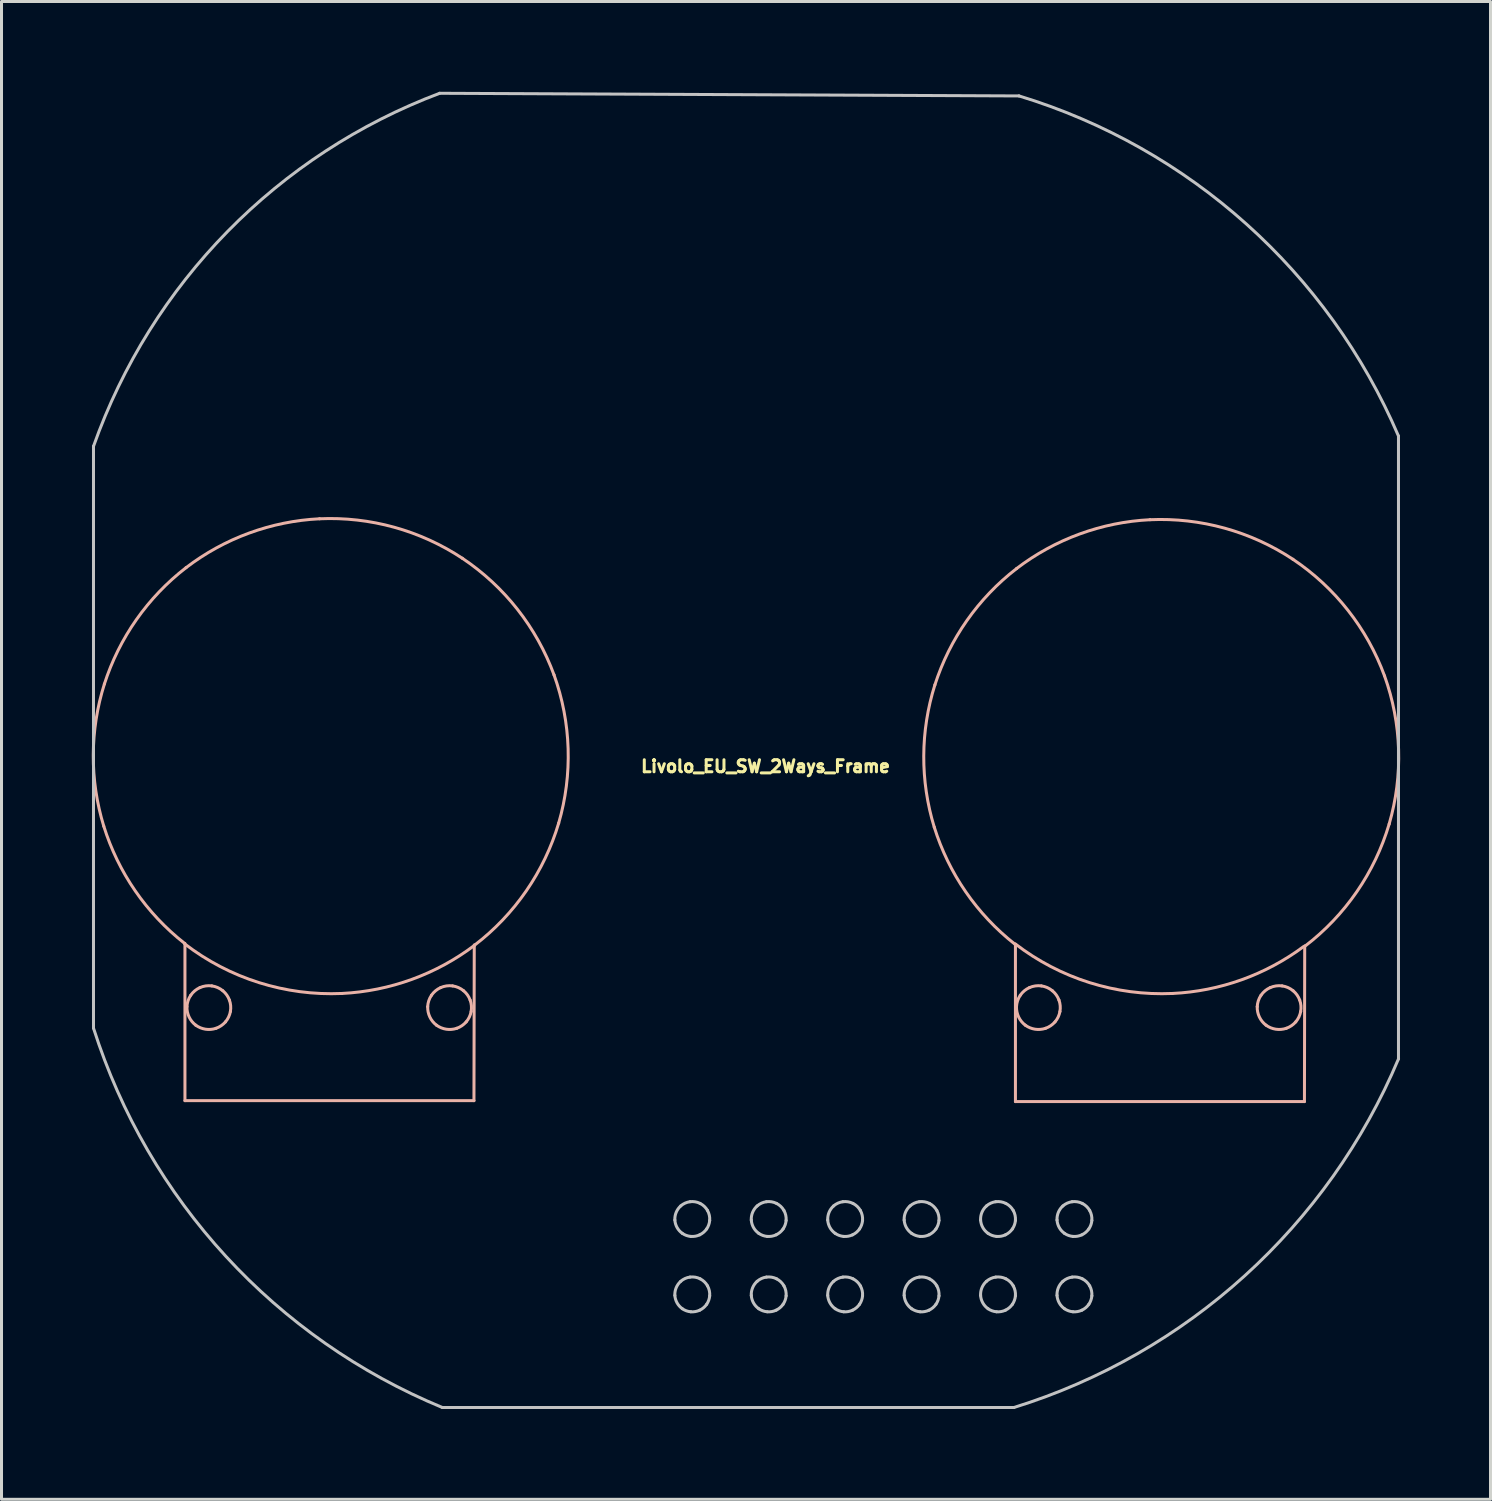
<source format=kicad_pcb>
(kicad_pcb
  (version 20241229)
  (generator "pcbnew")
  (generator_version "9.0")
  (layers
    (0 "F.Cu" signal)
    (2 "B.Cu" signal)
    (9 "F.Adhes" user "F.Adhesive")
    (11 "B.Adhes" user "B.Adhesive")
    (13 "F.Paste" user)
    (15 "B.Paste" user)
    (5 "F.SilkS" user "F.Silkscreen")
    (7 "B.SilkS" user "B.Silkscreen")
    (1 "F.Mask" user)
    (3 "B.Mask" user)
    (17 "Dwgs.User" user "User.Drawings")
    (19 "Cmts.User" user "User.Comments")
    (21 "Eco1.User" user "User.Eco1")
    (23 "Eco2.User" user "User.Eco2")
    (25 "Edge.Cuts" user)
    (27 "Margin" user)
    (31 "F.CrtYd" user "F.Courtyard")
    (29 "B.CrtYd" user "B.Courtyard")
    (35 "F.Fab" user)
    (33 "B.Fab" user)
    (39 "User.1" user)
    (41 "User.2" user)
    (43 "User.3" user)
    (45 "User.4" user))
  (footprint "Livolo_EU_SW_2Ways_Frame"
    (layer "F.Cu")
    (at 22.389 21.917)
    (property "Reference" "Livolo_EU_SW_2Ways_Frame" (at 0 0.5 0) (layer "F.SilkS") (effects (font (size 0.4 0.4) (thickness 0.1))))
    (attr through_hole)
    (fp_line (start -19.293 6.384) (end -19.293 11.609) (stroke (width 0.1) (type solid)) (layer "B.SilkS"))
    (fp_line (start -19.293 11.609) (end -9.689 11.609) (stroke (width 0.1) (type solid)) (layer "B.SilkS"))
    (fp_line (start -9.689 11.609) (end -9.679 6.435) (stroke (width 0.1) (type solid)) (layer "B.SilkS"))
    (fp_line (start 8.305 6.415) (end 8.305 11.64) (stroke (width 0.1) (type solid)) (layer "B.SilkS"))
    (fp_line (start 8.305 11.64) (end 17.909 11.64) (stroke (width 0.1) (type solid)) (layer "B.SilkS"))
    (fp_line (start 17.909 11.64) (end 17.918 6.466) (stroke (width 0.1) (type solid)) (layer "B.SilkS"))
    (fp_arc (start -21.989968 2.49034) (mid -22.339262 0.123669) (end -21.968966 -2.239808) (stroke (width 0.1) (type solid)) (layer "B.SilkS"))
    (fp_arc (start -21.970998 -2.233478) (mid -20.90652 -4.375911) (end -19.253092 -6.104873) (stroke (width 0.1) (type solid)) (layer "B.SilkS"))
    (fp_arc (start -19.308494 6.379358) (mid -20.946503 4.635782) (end -21.991915 2.483981) (stroke (width 0.1) (type solid)) (layer "B.SilkS"))
    (fp_arc (start -19.258377 -6.100834) (mid -17.161237 -7.251984) (end -14.816647 -7.72742) (stroke (width 0.1) (type solid)) (layer "B.SilkS"))
    (fp_arc (start -19.226458 8.486041) (mid -19.190005 8.287988) (end -19.101003 8.107343) (stroke (width 0.1) (type solid)) (layer "B.SilkS"))
    (fp_arc (start -19.100965 8.107287) (mid -18.965598 7.958189) (end -18.794749 7.851582) (stroke (width 0.1) (type solid)) (layer "B.SilkS"))
    (fp_arc (start -18.933766 9.100917) (mid -19.154908 8.829122) (end -19.226461 8.486112) (stroke (width 0.1) (type solid)) (layer "B.SilkS"))
    (fp_arc (start -18.794681 7.851552) (mid -18.601061 7.796194) (end -18.399684 7.795647) (stroke (width 0.1) (type solid)) (layer "B.SilkS"))
    (fp_arc (start -18.399611 7.795657) (mid -18.205891 7.850663) (end -18.034467 7.956337) (stroke (width 0.1) (type solid)) (layer "B.SilkS"))
    (fp_arc (start -18.261167 9.204978) (mid -18.610299 9.234698) (end -18.934057 9.100696) (stroke (width 0.1) (type solid)) (layer "B.SilkS"))
    (fp_arc (start -18.034947 7.955938) (mid -17.904321 8.097205) (end -17.815006 8.267623) (stroke (width 0.1) (type solid)) (layer "B.SilkS"))
    (fp_arc (start -17.946119 8.990507) (mid -18.089595 9.118701) (end -18.261513 9.205093) (stroke (width 0.1) (type solid)) (layer "B.SilkS"))
    (fp_arc (start -17.815218 8.267038) (mid -17.773796 8.454929) (end -17.782751 8.647123) (stroke (width 0.1) (type solid)) (layer "B.SilkS"))
    (fp_arc (start -17.78264 8.646512) (mid -17.841756 8.829607) (end -17.946527 8.990981) (stroke (width 0.1) (type solid)) (layer "B.SilkS"))
    (fp_arc (start -14.822108 -7.727177) (mid -12.341164 -7.446482) (end -10.069289 -6.410889) (stroke (width 0.1) (type solid)) (layer "B.SilkS"))
    (fp_arc (start -14.076997 8.047108) (mid -16.834254 7.685748) (end -19.3 6.4) (stroke (width 0.1) (type solid)) (layer "B.SilkS"))
    (fp_arc (start -11.226493 8.486042) (mid -11.19004 8.287988) (end -11.101038 8.107343) (stroke (width 0.1) (type solid)) (layer "B.SilkS"))
    (fp_arc (start -11.101 8.107288) (mid -10.965633 7.958189) (end -10.794784 7.851582) (stroke (width 0.1) (type solid)) (layer "B.SilkS"))
    (fp_arc (start -10.9338 9.100917) (mid -11.154942 8.829122) (end -11.226495 8.486112) (stroke (width 0.1) (type solid)) (layer "B.SilkS"))
    (fp_arc (start -10.794715 7.851552) (mid -10.601095 7.796194) (end -10.399718 7.795647) (stroke (width 0.1) (type solid)) (layer "B.SilkS"))
    (fp_arc (start -10.399645 7.795657) (mid -10.205925 7.850663) (end -10.034501 7.956337) (stroke (width 0.1) (type solid)) (layer "B.SilkS"))
    (fp_arc (start -10.261201 9.204977) (mid -10.610332 9.234698) (end -10.934091 9.100696) (stroke (width 0.1) (type solid)) (layer "B.SilkS"))
    (fp_arc (start -10.073833 -6.413932) (mid -8.242354 -4.717003) (end -7.026797 -2.536109) (stroke (width 0.1) (type solid)) (layer "B.SilkS"))
    (fp_arc (start -10.034982 7.955938) (mid -9.904356 8.097205) (end -9.815041 8.267623) (stroke (width 0.1) (type solid)) (layer "B.SilkS"))
    (fp_arc (start -9.946154 8.990507) (mid -10.08963 9.118701) (end -10.261548 9.205093) (stroke (width 0.1) (type solid)) (layer "B.SilkS"))
    (fp_arc (start -9.815253 8.267038) (mid -9.773831 8.454929) (end -9.782786 8.647123) (stroke (width 0.1) (type solid)) (layer "B.SilkS"))
    (fp_arc (start -9.782674 8.646512) (mid -9.84179 8.829607) (end -9.946561 8.990981) (stroke (width 0.1) (type solid)) (layer "B.SilkS"))
    (fp_arc (start -9.666479 6.444275) (mid -11.75083 7.578393) (end -14.076997 8.047108) (stroke (width 0.1) (type solid)) (layer "B.SilkS"))
    (fp_arc (start -7.028651 -2.54125) (mid -6.559835 -0.088887) (end -6.873948 2.388047) (stroke (width 0.1) (type solid)) (layer "B.SilkS"))
    (fp_arc (start -6.872393 2.382809) (mid -7.948798 4.635634) (end -9.67026 6.444069) (stroke (width 0.1) (type solid)) (layer "B.SilkS"))
    (fp_arc (start 5.60769 2.521373) (mid 5.258401 0.154718) (end 5.628698 -2.208741) (stroke (width 0.1) (type solid)) (layer "B.SilkS"))
    (fp_arc (start 5.626667 -2.202415) (mid 6.691144 -4.344846) (end 8.34457 -6.073806) (stroke (width 0.1) (type solid)) (layer "B.SilkS"))
    (fp_arc (start 8.289167 6.410421) (mid 6.651161 4.666845) (end 5.605753 2.515046) (stroke (width 0.1) (type solid)) (layer "B.SilkS"))
    (fp_arc (start 8.339287 -6.069768) (mid 10.436427 -7.220917) (end 12.781016 -7.696352) (stroke (width 0.1) (type solid)) (layer "B.SilkS"))
    (fp_arc (start 8.340136 8.486068) (mid 8.376588 8.288002) (end 8.465593 8.107344) (stroke (width 0.1) (type solid)) (layer "B.SilkS"))
    (fp_arc (start 8.465637 8.107279) (mid 8.601001 7.958186) (end 8.771846 7.851583) (stroke (width 0.1) (type solid)) (layer "B.SilkS"))
    (fp_arc (start 8.632834 9.100921) (mid 8.411689 8.829125) (end 8.340134 8.486112) (stroke (width 0.1) (type solid)) (layer "B.SilkS"))
    (fp_arc (start 8.771916 7.851552) (mid 8.965534 7.796194) (end 9.16691 7.795647) (stroke (width 0.1) (type solid)) (layer "B.SilkS"))
    (fp_arc (start 9.166933 7.79565) (mid 9.360679 7.850657) (end 9.532128 7.956339) (stroke (width 0.1) (type solid)) (layer "B.SilkS"))
    (fp_arc (start 9.305435 9.204975) (mid 8.956301 9.234697) (end 8.632539 9.100696) (stroke (width 0.1) (type solid)) (layer "B.SilkS"))
    (fp_arc (start 9.531651 7.955942) (mid 9.662274 8.097208) (end 9.751587 8.267624) (stroke (width 0.1) (type solid)) (layer "B.SilkS"))
    (fp_arc (start 9.620471 8.99051) (mid 9.476997 9.118702) (end 9.305083 9.205093) (stroke (width 0.1) (type solid)) (layer "B.SilkS"))
    (fp_arc (start 9.751378 8.267048) (mid 9.792798 8.454934) (end 9.783842 8.647123) (stroke (width 0.1) (type solid)) (layer "B.SilkS"))
    (fp_arc (start 9.783948 8.646538) (mid 9.724834 8.829619) (end 9.620068 8.990979) (stroke (width 0.1) (type solid)) (layer "B.SilkS"))
    (fp_arc (start 12.775549 -7.696108) (mid 15.256496 -7.415413) (end 17.528375 -6.379819) (stroke (width 0.1) (type solid)) (layer "B.SilkS"))
    (fp_arc (start 13.523003 8.047108) (mid 10.765746 7.685748) (end 8.3 6.4) (stroke (width 0.1) (type solid)) (layer "B.SilkS"))
    (fp_arc (start 16.3401 8.486076) (mid 16.376552 8.288005) (end 16.465557 8.107342) (stroke (width 0.1) (type solid)) (layer "B.SilkS"))
    (fp_arc (start 16.465595 8.107285) (mid 16.600962 7.958187) (end 16.771811 7.85158) (stroke (width 0.1) (type solid)) (layer "B.SilkS"))
    (fp_arc (start 16.632798 9.100921) (mid 16.411653 8.829125) (end 16.340098 8.486112) (stroke (width 0.1) (type solid)) (layer "B.SilkS"))
    (fp_arc (start 16.771878 7.851551) (mid 16.965499 7.796194) (end 17.166877 7.795647) (stroke (width 0.1) (type solid)) (layer "B.SilkS"))
    (fp_arc (start 17.1669 7.79565) (mid 17.360646 7.850657) (end 17.532095 7.956339) (stroke (width 0.1) (type solid)) (layer "B.SilkS"))
    (fp_arc (start 17.305399 9.204975) (mid 16.956265 9.234697) (end 16.632503 9.100696) (stroke (width 0.1) (type solid)) (layer "B.SilkS"))
    (fp_arc (start 17.523833 -6.382861) (mid 19.355309 -4.685934) (end 20.570863 -2.505041) (stroke (width 0.1) (type solid)) (layer "B.SilkS"))
    (fp_arc (start 17.532584 7.956745) (mid 17.662602 8.097722) (end 17.751554 8.267624) (stroke (width 0.1) (type solid)) (layer "B.SilkS"))
    (fp_arc (start 17.620436 8.990511) (mid 17.476962 9.118703) (end 17.305047 9.205093) (stroke (width 0.1) (type solid)) (layer "B.SilkS"))
    (fp_arc (start 17.751339 8.267032) (mid 17.792763 8.454926) (end 17.783809 8.647123) (stroke (width 0.1) (type solid)) (layer "B.SilkS"))
    (fp_arc (start 17.783915 8.646537) (mid 17.7248 8.829618) (end 17.620032 8.990979) (stroke (width 0.1) (type solid)) (layer "B.SilkS"))
    (fp_arc (start 17.879907 6.489183) (mid 15.817686 7.593198) (end 13.523003 8.047108) (stroke (width 0.1) (type solid)) (layer "B.SilkS"))
    (fp_arc (start 20.569008 -2.510186) (mid 21.037826 -0.057823) (end 20.723715 2.419113) (stroke (width 0.1) (type solid)) (layer "B.SilkS"))
    (fp_arc (start 20.725272 2.413865) (mid 19.648867 4.666695) (end 17.927403 6.475135) (stroke (width 0.1) (type solid)) (layer "B.SilkS"))
    (fp_line (start -22.332 9.2) (end -22.332 -10.137) (stroke (width 0.1) (type solid)) (layer "Dwgs.User"))
    (fp_line (start -10.828 -21.867) (end 8.425 -21.779) (stroke (width 0.1) (type solid)) (layer "Dwgs.User"))
    (fp_line (start 8.258 21.805) (end -10.742 21.805) (stroke (width 0.1) (type solid)) (layer "Dwgs.User"))
    (fp_line (start 21.034 -10.477) (end 21.034 10.222) (stroke (width 0.1) (type solid)) (layer "Dwgs.User"))
    (fp_arc (start -22.333119 -10.132837) (mid -17.878659 -17.272761) (end -10.828092 -21.867348) (stroke (width 0.1) (type solid)) (layer "Dwgs.User"))
    (fp_arc (start -10.738292 21.806427) (mid -17.92952 16.78576) (end -22.331783 9.200185) (stroke (width 0.1) (type solid)) (layer "Dwgs.User"))
    (fp_arc (start -3.012818 15.576508) (mid -2.968647 15.320746) (end -2.818855 15.108785) (stroke (width 0.1) (type solid)) (layer "Dwgs.User"))
    (fp_arc (start -3.012817 18.081029) (mid -2.968646 17.825267) (end -2.818855 17.613306) (stroke (width 0.1) (type solid)) (layer "Dwgs.User"))
    (fp_arc (start -2.818588 15.10855) (mid -2.674574 15.015057) (end -2.509601 14.967467) (stroke (width 0.1) (type solid)) (layer "Dwgs.User"))
    (fp_arc (start -2.818588 17.61307) (mid -2.674574 17.519577) (end -2.509601 17.471987) (stroke (width 0.1) (type solid)) (layer "Dwgs.User"))
    (fp_arc (start -2.765436 16.018478) (mid -2.939009 15.825494) (end -3.01281 15.576649) (stroke (width 0.1) (type solid)) (layer "Dwgs.User"))
    (fp_arc (start -2.765436 18.522999) (mid -2.939009 18.330015) (end -3.01281 18.08117) (stroke (width 0.1) (type solid)) (layer "Dwgs.User"))
    (fp_arc (start -2.509224 14.967418) (mid -2.337567 14.970691) (end -2.174275 15.023724) (stroke (width 0.1) (type solid)) (layer "Dwgs.User"))
    (fp_arc (start -2.509224 17.471938) (mid -2.337567 17.475211) (end -2.174275 17.528244) (stroke (width 0.1) (type solid)) (layer "Dwgs.User"))
    (fp_arc (start -2.482215 16.120658) (mid -2.630477 16.088177) (end -2.76534 16.018547) (stroke (width 0.1) (type solid)) (layer "Dwgs.User"))
    (fp_arc (start -2.482215 18.625178) (mid -2.630476 18.592697) (end -2.76534 18.523067) (stroke (width 0.1) (type solid)) (layer "Dwgs.User"))
    (fp_arc (start -2.186363 16.067315) (mid -2.330976 16.113403) (end -2.482583 16.120626) (stroke (width 0.1) (type solid)) (layer "Dwgs.User"))
    (fp_arc (start -2.186363 18.571835) (mid -2.330976 18.617923) (end -2.482583 18.625146) (stroke (width 0.1) (type solid)) (layer "Dwgs.User"))
    (fp_arc (start -2.173965 15.02388) (mid -2.033612 15.12279) (end -1.928074 15.25823) (stroke (width 0.1) (type solid)) (layer "Dwgs.User"))
    (fp_arc (start -2.173965 17.5284) (mid -2.033612 17.62731) (end -1.928074 17.76275) (stroke (width 0.1) (type solid)) (layer "Dwgs.User"))
    (fp_arc (start -1.956942 15.873065) (mid -2.059067 15.985343) (end -2.1867 16.067474) (stroke (width 0.1) (type solid)) (layer "Dwgs.User"))
    (fp_arc (start -1.956942 18.377585) (mid -2.059067 18.489863) (end -2.1867 18.571994) (stroke (width 0.1) (type solid)) (layer "Dwgs.User"))
    (fp_arc (start -1.9279 15.258539) (mid -1.867087 15.419109) (end -1.855578 15.590424) (stroke (width 0.1) (type solid)) (layer "Dwgs.User"))
    (fp_arc (start -1.9279 17.76306) (mid -1.867087 17.92363) (end -1.855578 18.094945) (stroke (width 0.1) (type solid)) (layer "Dwgs.User"))
    (fp_arc (start -1.855548 18.094577) (mid -1.887764 18.242896) (end -1.957151 18.377884) (stroke (width 0.1) (type solid)) (layer "Dwgs.User"))
    (fp_arc (start -1.855547 15.590057) (mid -1.887763 15.738376) (end -1.957151 15.873364) (stroke (width 0.1) (type solid)) (layer "Dwgs.User"))
    (fp_arc (start -0.472818 15.576508) (mid -0.428647 15.320746) (end -0.278855 15.108785) (stroke (width 0.1) (type solid)) (layer "Dwgs.User"))
    (fp_arc (start -0.472817 18.081029) (mid -0.428646 17.825267) (end -0.278855 17.613306) (stroke (width 0.1) (type solid)) (layer "Dwgs.User"))
    (fp_arc (start -0.278588 15.10855) (mid -0.134574 15.015057) (end 0.030399 14.967467) (stroke (width 0.1) (type solid)) (layer "Dwgs.User"))
    (fp_arc (start -0.278588 17.61307) (mid -0.134574 17.519577) (end 0.030399 17.471987) (stroke (width 0.1) (type solid)) (layer "Dwgs.User"))
    (fp_arc (start -0.225436 16.018478) (mid -0.399009 15.825494) (end -0.47281 15.576649) (stroke (width 0.1) (type solid)) (layer "Dwgs.User"))
    (fp_arc (start -0.225436 18.522999) (mid -0.399009 18.330015) (end -0.47281 18.08117) (stroke (width 0.1) (type solid)) (layer "Dwgs.User"))
    (fp_arc (start 0.030776 14.967418) (mid 0.202433 14.970691) (end 0.365725 15.023724) (stroke (width 0.1) (type solid)) (layer "Dwgs.User"))
    (fp_arc (start 0.030776 17.471938) (mid 0.202433 17.475211) (end 0.365725 17.528244) (stroke (width 0.1) (type solid)) (layer "Dwgs.User"))
    (fp_arc (start 0.057785 16.120658) (mid -0.090477 16.088177) (end -0.22534 16.018547) (stroke (width 0.1) (type solid)) (layer "Dwgs.User"))
    (fp_arc (start 0.057785 18.625178) (mid -0.090476 18.592697) (end -0.22534 18.523067) (stroke (width 0.1) (type solid)) (layer "Dwgs.User"))
    (fp_arc (start 0.353637 16.067315) (mid 0.209024 16.113403) (end 0.057417 16.120626) (stroke (width 0.1) (type solid)) (layer "Dwgs.User"))
    (fp_arc (start 0.353637 18.571835) (mid 0.209024 18.617923) (end 0.057417 18.625146) (stroke (width 0.1) (type solid)) (layer "Dwgs.User"))
    (fp_arc (start 0.366035 15.02388) (mid 0.506388 15.12279) (end 0.611926 15.25823) (stroke (width 0.1) (type solid)) (layer "Dwgs.User"))
    (fp_arc (start 0.366035 17.5284) (mid 0.506388 17.62731) (end 0.611926 17.76275) (stroke (width 0.1) (type solid)) (layer "Dwgs.User"))
    (fp_arc (start 0.583058 15.873065) (mid 0.480933 15.985343) (end 0.3533 16.067474) (stroke (width 0.1) (type solid)) (layer "Dwgs.User"))
    (fp_arc (start 0.583058 18.377585) (mid 0.480933 18.489863) (end 0.3533 18.571994) (stroke (width 0.1) (type solid)) (layer "Dwgs.User"))
    (fp_arc (start 0.6121 15.258539) (mid 0.672913 15.419109) (end 0.684422 15.590424) (stroke (width 0.1) (type solid)) (layer "Dwgs.User"))
    (fp_arc (start 0.6121 17.76306) (mid 0.672913 17.92363) (end 0.684422 18.094945) (stroke (width 0.1) (type solid)) (layer "Dwgs.User"))
    (fp_arc (start 0.684452 18.094577) (mid 0.652236 18.242896) (end 0.582849 18.377884) (stroke (width 0.1) (type solid)) (layer "Dwgs.User"))
    (fp_arc (start 0.684453 15.590057) (mid 0.652237 15.738376) (end 0.582849 15.873364) (stroke (width 0.1) (type solid)) (layer "Dwgs.User"))
    (fp_arc (start 2.067182 15.576508) (mid 2.111353 15.320746) (end 2.261145 15.108785) (stroke (width 0.1) (type solid)) (layer "Dwgs.User"))
    (fp_arc (start 2.067183 18.081029) (mid 2.111354 17.825267) (end 2.261145 17.613306) (stroke (width 0.1) (type solid)) (layer "Dwgs.User"))
    (fp_arc (start 2.261412 15.10855) (mid 2.405426 15.015057) (end 2.570399 14.967467) (stroke (width 0.1) (type solid)) (layer "Dwgs.User"))
    (fp_arc (start 2.261412 17.61307) (mid 2.405426 17.519577) (end 2.570399 17.471987) (stroke (width 0.1) (type solid)) (layer "Dwgs.User"))
    (fp_arc (start 2.314564 16.018478) (mid 2.140991 15.825494) (end 2.06719 15.576649) (stroke (width 0.1) (type solid)) (layer "Dwgs.User"))
    (fp_arc (start 2.314564 18.522999) (mid 2.140991 18.330015) (end 2.06719 18.08117) (stroke (width 0.1) (type solid)) (layer "Dwgs.User"))
    (fp_arc (start 2.570776 14.967418) (mid 2.742433 14.970691) (end 2.905725 15.023724) (stroke (width 0.1) (type solid)) (layer "Dwgs.User"))
    (fp_arc (start 2.570776 17.471938) (mid 2.742433 17.475211) (end 2.905725 17.528244) (stroke (width 0.1) (type solid)) (layer "Dwgs.User"))
    (fp_arc (start 2.597785 16.120658) (mid 2.449523 16.088177) (end 2.31466 16.018547) (stroke (width 0.1) (type solid)) (layer "Dwgs.User"))
    (fp_arc (start 2.597785 18.625178) (mid 2.449524 18.592697) (end 2.31466 18.523067) (stroke (width 0.1) (type solid)) (layer "Dwgs.User"))
    (fp_arc (start 2.893637 16.067315) (mid 2.749024 16.113403) (end 2.597417 16.120626) (stroke (width 0.1) (type solid)) (layer "Dwgs.User"))
    (fp_arc (start 2.893637 18.571835) (mid 2.749024 18.617923) (end 2.597417 18.625146) (stroke (width 0.1) (type solid)) (layer "Dwgs.User"))
    (fp_arc (start 2.906035 15.02388) (mid 3.046388 15.12279) (end 3.151926 15.25823) (stroke (width 0.1) (type solid)) (layer "Dwgs.User"))
    (fp_arc (start 2.906035 17.5284) (mid 3.046388 17.62731) (end 3.151926 17.76275) (stroke (width 0.1) (type solid)) (layer "Dwgs.User"))
    (fp_arc (start 3.123058 15.873065) (mid 3.020933 15.985343) (end 2.8933 16.067474) (stroke (width 0.1) (type solid)) (layer "Dwgs.User"))
    (fp_arc (start 3.123058 18.377585) (mid 3.020933 18.489863) (end 2.8933 18.571994) (stroke (width 0.1) (type solid)) (layer "Dwgs.User"))
    (fp_arc (start 3.1521 15.258539) (mid 3.212913 15.419109) (end 3.224422 15.590424) (stroke (width 0.1) (type solid)) (layer "Dwgs.User"))
    (fp_arc (start 3.1521 17.76306) (mid 3.212913 17.92363) (end 3.224422 18.094945) (stroke (width 0.1) (type solid)) (layer "Dwgs.User"))
    (fp_arc (start 3.224452 18.094577) (mid 3.192236 18.242896) (end 3.122849 18.377884) (stroke (width 0.1) (type solid)) (layer "Dwgs.User"))
    (fp_arc (start 3.224453 15.590057) (mid 3.192237 15.738376) (end 3.122849 15.873364) (stroke (width 0.1) (type solid)) (layer "Dwgs.User"))
    (fp_arc (start 4.607182 15.576508) (mid 4.651353 15.320746) (end 4.801145 15.108785) (stroke (width 0.1) (type solid)) (layer "Dwgs.User"))
    (fp_arc (start 4.607183 18.081029) (mid 4.651354 17.825267) (end 4.801145 17.613306) (stroke (width 0.1) (type solid)) (layer "Dwgs.User"))
    (fp_arc (start 4.801412 15.10855) (mid 4.945426 15.015057) (end 5.110399 14.967467) (stroke (width 0.1) (type solid)) (layer "Dwgs.User"))
    (fp_arc (start 4.801412 17.61307) (mid 4.945426 17.519577) (end 5.110399 17.471987) (stroke (width 0.1) (type solid)) (layer "Dwgs.User"))
    (fp_arc (start 4.854564 16.018478) (mid 4.680991 15.825494) (end 4.60719 15.576649) (stroke (width 0.1) (type solid)) (layer "Dwgs.User"))
    (fp_arc (start 4.854564 18.522999) (mid 4.680991 18.330015) (end 4.60719 18.08117) (stroke (width 0.1) (type solid)) (layer "Dwgs.User"))
    (fp_arc (start 5.110776 14.967418) (mid 5.282433 14.970691) (end 5.445725 15.023724) (stroke (width 0.1) (type solid)) (layer "Dwgs.User"))
    (fp_arc (start 5.110776 17.471938) (mid 5.282433 17.475211) (end 5.445725 17.528244) (stroke (width 0.1) (type solid)) (layer "Dwgs.User"))
    (fp_arc (start 5.137785 16.120658) (mid 4.989523 16.088177) (end 4.85466 16.018547) (stroke (width 0.1) (type solid)) (layer "Dwgs.User"))
    (fp_arc (start 5.137785 18.625178) (mid 4.989524 18.592697) (end 4.85466 18.523067) (stroke (width 0.1) (type solid)) (layer "Dwgs.User"))
    (fp_arc (start 5.433637 16.067315) (mid 5.289024 16.113403) (end 5.137417 16.120626) (stroke (width 0.1) (type solid)) (layer "Dwgs.User"))
    (fp_arc (start 5.433637 18.571835) (mid 5.289024 18.617923) (end 5.137417 18.625146) (stroke (width 0.1) (type solid)) (layer "Dwgs.User"))
    (fp_arc (start 5.446035 15.02388) (mid 5.586388 15.12279) (end 5.691926 15.25823) (stroke (width 0.1) (type solid)) (layer "Dwgs.User"))
    (fp_arc (start 5.446035 17.5284) (mid 5.586388 17.62731) (end 5.691926 17.76275) (stroke (width 0.1) (type solid)) (layer "Dwgs.User"))
    (fp_arc (start 5.663058 15.873065) (mid 5.560933 15.985343) (end 5.4333 16.067474) (stroke (width 0.1) (type solid)) (layer "Dwgs.User"))
    (fp_arc (start 5.663058 18.377585) (mid 5.560933 18.489863) (end 5.4333 18.571994) (stroke (width 0.1) (type solid)) (layer "Dwgs.User"))
    (fp_arc (start 5.6921 15.258539) (mid 5.752913 15.419109) (end 5.764422 15.590424) (stroke (width 0.1) (type solid)) (layer "Dwgs.User"))
    (fp_arc (start 5.6921 17.76306) (mid 5.752913 17.92363) (end 5.764422 18.094945) (stroke (width 0.1) (type solid)) (layer "Dwgs.User"))
    (fp_arc (start 5.764452 18.094577) (mid 5.732236 18.242896) (end 5.662849 18.377884) (stroke (width 0.1) (type solid)) (layer "Dwgs.User"))
    (fp_arc (start 5.764453 15.590057) (mid 5.732237 15.738376) (end 5.662849 15.873364) (stroke (width 0.1) (type solid)) (layer "Dwgs.User"))
    (fp_arc (start 7.147182 15.576508) (mid 7.191353 15.320746) (end 7.341145 15.108785) (stroke (width 0.1) (type solid)) (layer "Dwgs.User"))
    (fp_arc (start 7.147183 18.081029) (mid 7.191354 17.825267) (end 7.341145 17.613306) (stroke (width 0.1) (type solid)) (layer "Dwgs.User"))
    (fp_arc (start 7.341412 15.10855) (mid 7.485426 15.015057) (end 7.650399 14.967467) (stroke (width 0.1) (type solid)) (layer "Dwgs.User"))
    (fp_arc (start 7.341412 17.61307) (mid 7.485426 17.519577) (end 7.650399 17.471987) (stroke (width 0.1) (type solid)) (layer "Dwgs.User"))
    (fp_arc (start 7.394564 16.018478) (mid 7.220991 15.825494) (end 7.14719 15.576649) (stroke (width 0.1) (type solid)) (layer "Dwgs.User"))
    (fp_arc (start 7.394564 18.522999) (mid 7.220991 18.330015) (end 7.14719 18.08117) (stroke (width 0.1) (type solid)) (layer "Dwgs.User"))
    (fp_arc (start 7.650776 14.967418) (mid 7.822433 14.970691) (end 7.985725 15.023724) (stroke (width 0.1) (type solid)) (layer "Dwgs.User"))
    (fp_arc (start 7.650776 17.471938) (mid 7.822433 17.475211) (end 7.985725 17.528244) (stroke (width 0.1) (type solid)) (layer "Dwgs.User"))
    (fp_arc (start 7.677785 16.120658) (mid 7.529523 16.088177) (end 7.39466 16.018547) (stroke (width 0.1) (type solid)) (layer "Dwgs.User"))
    (fp_arc (start 7.677785 18.625178) (mid 7.529524 18.592697) (end 7.39466 18.523067) (stroke (width 0.1) (type solid)) (layer "Dwgs.User"))
    (fp_arc (start 7.973637 16.067315) (mid 7.829024 16.113403) (end 7.677417 16.120626) (stroke (width 0.1) (type solid)) (layer "Dwgs.User"))
    (fp_arc (start 7.973637 18.571835) (mid 7.829024 18.617923) (end 7.677417 18.625146) (stroke (width 0.1) (type solid)) (layer "Dwgs.User"))
    (fp_arc (start 7.986035 15.02388) (mid 8.126388 15.12279) (end 8.231926 15.25823) (stroke (width 0.1) (type solid)) (layer "Dwgs.User"))
    (fp_arc (start 7.986035 17.5284) (mid 8.126388 17.62731) (end 8.231926 17.76275) (stroke (width 0.1) (type solid)) (layer "Dwgs.User"))
    (fp_arc (start 8.203058 15.873065) (mid 8.100933 15.985343) (end 7.9733 16.067474) (stroke (width 0.1) (type solid)) (layer "Dwgs.User"))
    (fp_arc (start 8.203058 18.377585) (mid 8.100933 18.489863) (end 7.9733 18.571994) (stroke (width 0.1) (type solid)) (layer "Dwgs.User"))
    (fp_arc (start 8.2321 15.258539) (mid 8.292913 15.419109) (end 8.304422 15.590424) (stroke (width 0.1) (type solid)) (layer "Dwgs.User"))
    (fp_arc (start 8.2321 17.76306) (mid 8.292913 17.92363) (end 8.304422 18.094945) (stroke (width 0.1) (type solid)) (layer "Dwgs.User"))
    (fp_arc (start 8.304452 18.094577) (mid 8.272236 18.242896) (end 8.202849 18.377884) (stroke (width 0.1) (type solid)) (layer "Dwgs.User"))
    (fp_arc (start 8.304453 15.590057) (mid 8.272237 15.738376) (end 8.202849 15.873364) (stroke (width 0.1) (type solid)) (layer "Dwgs.User"))
    (fp_arc (start 8.421098 -21.780163) (mid 15.977919 -17.523903) (end 21.034103 -10.477181) (stroke (width 0.1) (type solid)) (layer "Dwgs.User"))
    (fp_arc (start 9.687182 15.576508) (mid 9.731353 15.320746) (end 9.881145 15.108785) (stroke (width 0.1) (type solid)) (layer "Dwgs.User"))
    (fp_arc (start 9.687183 18.081029) (mid 9.731354 17.825267) (end 9.881145 17.613306) (stroke (width 0.1) (type solid)) (layer "Dwgs.User"))
    (fp_arc (start 9.881412 15.10855) (mid 10.025426 15.015057) (end 10.190399 14.967467) (stroke (width 0.1) (type solid)) (layer "Dwgs.User"))
    (fp_arc (start 9.881412 17.61307) (mid 10.025426 17.519577) (end 10.190399 17.471987) (stroke (width 0.1) (type solid)) (layer "Dwgs.User"))
    (fp_arc (start 9.934564 16.018478) (mid 9.760991 15.825494) (end 9.68719 15.576649) (stroke (width 0.1) (type solid)) (layer "Dwgs.User"))
    (fp_arc (start 9.934564 18.522999) (mid 9.760991 18.330015) (end 9.68719 18.08117) (stroke (width 0.1) (type solid)) (layer "Dwgs.User"))
    (fp_arc (start 10.190776 14.967418) (mid 10.362433 14.970691) (end 10.525725 15.023724) (stroke (width 0.1) (type solid)) (layer "Dwgs.User"))
    (fp_arc (start 10.190776 17.471938) (mid 10.362433 17.475211) (end 10.525725 17.528244) (stroke (width 0.1) (type solid)) (layer "Dwgs.User"))
    (fp_arc (start 10.217785 16.120658) (mid 10.069523 16.088177) (end 9.93466 16.018547) (stroke (width 0.1) (type solid)) (layer "Dwgs.User"))
    (fp_arc (start 10.217785 18.625178) (mid 10.069524 18.592697) (end 9.93466 18.523067) (stroke (width 0.1) (type solid)) (layer "Dwgs.User"))
    (fp_arc (start 10.513637 16.067315) (mid 10.369024 16.113403) (end 10.217417 16.120626) (stroke (width 0.1) (type solid)) (layer "Dwgs.User"))
    (fp_arc (start 10.513637 18.571835) (mid 10.369024 18.617923) (end 10.217417 18.625146) (stroke (width 0.1) (type solid)) (layer "Dwgs.User"))
    (fp_arc (start 10.526035 15.02388) (mid 10.666388 15.12279) (end 10.771926 15.25823) (stroke (width 0.1) (type solid)) (layer "Dwgs.User"))
    (fp_arc (start 10.526035 17.5284) (mid 10.666388 17.62731) (end 10.771926 17.76275) (stroke (width 0.1) (type solid)) (layer "Dwgs.User"))
    (fp_arc (start 10.743058 15.873065) (mid 10.640933 15.985343) (end 10.5133 16.067474) (stroke (width 0.1) (type solid)) (layer "Dwgs.User"))
    (fp_arc (start 10.743058 18.377585) (mid 10.640933 18.489863) (end 10.5133 18.571994) (stroke (width 0.1) (type solid)) (layer "Dwgs.User"))
    (fp_arc (start 10.7721 15.258539) (mid 10.832913 15.419109) (end 10.844422 15.590424) (stroke (width 0.1) (type solid)) (layer "Dwgs.User"))
    (fp_arc (start 10.7721 17.76306) (mid 10.832913 17.92363) (end 10.844422 18.094945) (stroke (width 0.1) (type solid)) (layer "Dwgs.User"))
    (fp_arc (start 10.844452 18.094577) (mid 10.812236 18.242896) (end 10.742849 18.377884) (stroke (width 0.1) (type solid)) (layer "Dwgs.User"))
    (fp_arc (start 10.844453 15.590057) (mid 10.812237 15.738376) (end 10.742849 15.873364) (stroke (width 0.1) (type solid)) (layer "Dwgs.User"))
    (fp_arc (start 21.035735 10.218022) (mid 15.928508 17.424898) (end 8.257851 21.804834) (stroke (width 0.1) (type solid)) (layer "Dwgs.User")))
  (gr_rect
    (start -3 -3)
    (end 46.481 46.774)
    (stroke (width 0.1) (type default))
    (fill no)
    (layer "Edge.Cuts")))
</source>
